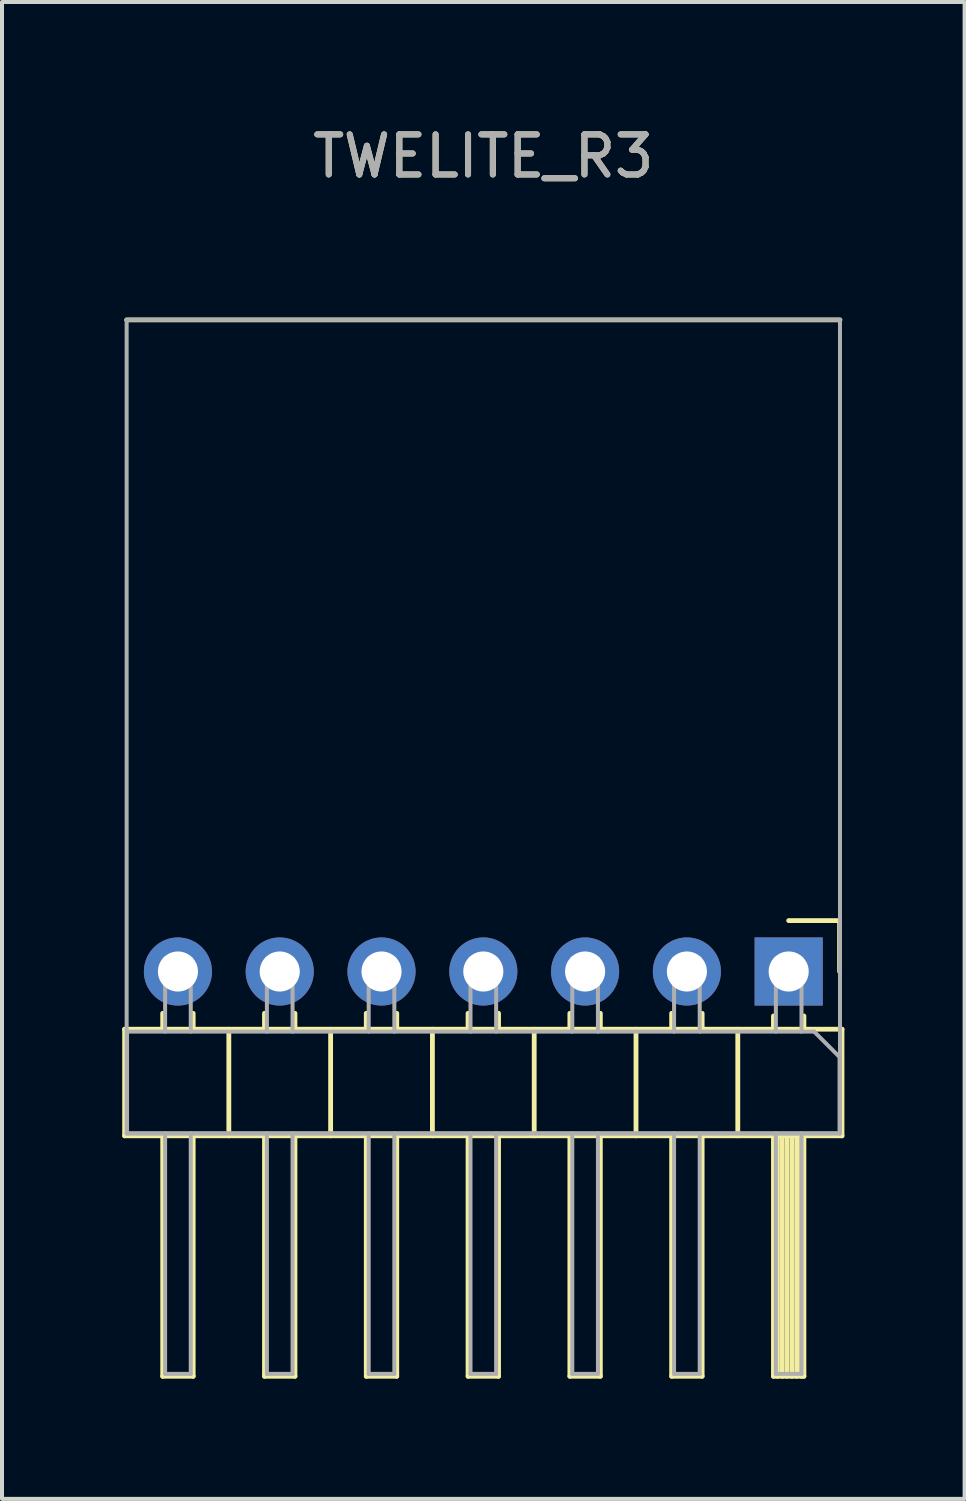
<source format=kicad_pcb>
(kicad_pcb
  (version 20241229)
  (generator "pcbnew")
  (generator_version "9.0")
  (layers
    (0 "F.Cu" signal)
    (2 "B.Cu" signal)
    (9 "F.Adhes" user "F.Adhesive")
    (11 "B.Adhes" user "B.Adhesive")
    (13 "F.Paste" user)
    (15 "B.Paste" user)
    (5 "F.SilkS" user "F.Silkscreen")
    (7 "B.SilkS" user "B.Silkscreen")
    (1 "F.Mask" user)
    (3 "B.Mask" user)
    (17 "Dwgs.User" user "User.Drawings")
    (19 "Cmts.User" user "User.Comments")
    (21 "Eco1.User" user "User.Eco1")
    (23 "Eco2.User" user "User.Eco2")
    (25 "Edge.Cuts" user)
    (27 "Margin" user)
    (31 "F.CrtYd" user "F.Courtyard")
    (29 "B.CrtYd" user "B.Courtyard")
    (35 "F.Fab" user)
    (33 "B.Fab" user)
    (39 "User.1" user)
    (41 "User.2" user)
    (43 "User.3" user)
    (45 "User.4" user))
  (footprint "TWELITE_R3"
    (layer "F.Cu")
    (at 9.01 25.232)
    (property "Reference" "TWELITE_R3" (at 0 -24.384 0) (unlocked yes) (layer "F.SilkS") (effects (font (size 1 1) (thickness 0.15))))
    (attr through_hole)
    (fp_line (start -8.95 -2.6) (end -8.95 0.06) (stroke (width 0.12) (type solid)) (layer "F.SilkS"))
    (fp_line (start -8.95 0.06) (end 8.95 0.06) (stroke (width 0.12) (type solid)) (layer "F.SilkS"))
    (fp_line (start -8.9 -20.3) (end 8.9 -20.3) (stroke (width 0.12) (type solid)) (layer "F.SilkS"))
    (fp_line (start -8 -2.997) (end -8 -2.6) (stroke (width 0.12) (type solid)) (layer "F.SilkS"))
    (fp_line (start -8 6.06) (end -8 0.06) (stroke (width 0.12) (type solid)) (layer "F.SilkS"))
    (fp_line (start -7.24 -2.997) (end -7.24 -2.6) (stroke (width 0.12) (type solid)) (layer "F.SilkS"))
    (fp_line (start -7.24 0.06) (end -7.24 6.06) (stroke (width 0.12) (type solid)) (layer "F.SilkS"))
    (fp_line (start -7.24 6.06) (end -8 6.06) (stroke (width 0.12) (type solid)) (layer "F.SilkS"))
    (fp_line (start -6.35 -2.6) (end -6.35 0.06) (stroke (width 0.12) (type solid)) (layer "F.SilkS"))
    (fp_line (start -5.46 -2.997) (end -5.46 -2.6) (stroke (width 0.12) (type solid)) (layer "F.SilkS"))
    (fp_line (start -5.46 6.06) (end -5.46 0.06) (stroke (width 0.12) (type solid)) (layer "F.SilkS"))
    (fp_line (start -4.7 -2.997) (end -4.7 -2.6) (stroke (width 0.12) (type solid)) (layer "F.SilkS"))
    (fp_line (start -4.7 0.06) (end -4.7 6.06) (stroke (width 0.12) (type solid)) (layer "F.SilkS"))
    (fp_line (start -4.7 6.06) (end -5.46 6.06) (stroke (width 0.12) (type solid)) (layer "F.SilkS"))
    (fp_line (start -3.81 -2.6) (end -3.81 0.06) (stroke (width 0.12) (type solid)) (layer "F.SilkS"))
    (fp_line (start -2.92 -2.997) (end -2.92 -2.6) (stroke (width 0.12) (type solid)) (layer "F.SilkS"))
    (fp_line (start -2.92 6.06) (end -2.92 0.06) (stroke (width 0.12) (type solid)) (layer "F.SilkS"))
    (fp_line (start -2.16 -2.997) (end -2.16 -2.6) (stroke (width 0.12) (type solid)) (layer "F.SilkS"))
    (fp_line (start -2.16 0.06) (end -2.16 6.06) (stroke (width 0.12) (type solid)) (layer "F.SilkS"))
    (fp_line (start -2.16 6.06) (end -2.92 6.06) (stroke (width 0.12) (type solid)) (layer "F.SilkS"))
    (fp_line (start -1.27 -2.6) (end -1.27 0.06) (stroke (width 0.12) (type solid)) (layer "F.SilkS"))
    (fp_line (start -0.38 -2.997) (end -0.38 -2.6) (stroke (width 0.12) (type solid)) (layer "F.SilkS"))
    (fp_line (start -0.38 6.06) (end -0.38 0.06) (stroke (width 0.12) (type solid)) (layer "F.SilkS"))
    (fp_line (start 0.38 -2.997) (end 0.38 -2.6) (stroke (width 0.12) (type solid)) (layer "F.SilkS"))
    (fp_line (start 0.38 0.06) (end 0.38 6.06) (stroke (width 0.12) (type solid)) (layer "F.SilkS"))
    (fp_line (start 0.38 6.06) (end -0.38 6.06) (stroke (width 0.12) (type solid)) (layer "F.SilkS"))
    (fp_line (start 1.27 -2.6) (end 1.27 0.06) (stroke (width 0.12) (type solid)) (layer "F.SilkS"))
    (fp_line (start 2.16 -2.997) (end 2.16 -2.6) (stroke (width 0.12) (type solid)) (layer "F.SilkS"))
    (fp_line (start 2.16 6.06) (end 2.16 0.06) (stroke (width 0.12) (type solid)) (layer "F.SilkS"))
    (fp_line (start 2.92 -2.997) (end 2.92 -2.6) (stroke (width 0.12) (type solid)) (layer "F.SilkS"))
    (fp_line (start 2.92 0.06) (end 2.92 6.06) (stroke (width 0.12) (type solid)) (layer "F.SilkS"))
    (fp_line (start 2.92 6.06) (end 2.16 6.06) (stroke (width 0.12) (type solid)) (layer "F.SilkS"))
    (fp_line (start 3.81 -2.6) (end 3.81 0.06) (stroke (width 0.12) (type solid)) (layer "F.SilkS"))
    (fp_line (start 4.7 -2.997) (end 4.7 -2.6) (stroke (width 0.12) (type solid)) (layer "F.SilkS"))
    (fp_line (start 4.7 6.06) (end 4.7 0.06) (stroke (width 0.12) (type solid)) (layer "F.SilkS"))
    (fp_line (start 5.46 -2.997) (end 5.46 -2.6) (stroke (width 0.12) (type solid)) (layer "F.SilkS"))
    (fp_line (start 5.46 0.06) (end 5.46 6.06) (stroke (width 0.12) (type solid)) (layer "F.SilkS"))
    (fp_line (start 5.46 6.06) (end 4.7 6.06) (stroke (width 0.12) (type solid)) (layer "F.SilkS"))
    (fp_line (start 6.35 -2.6) (end 6.35 0.06) (stroke (width 0.12) (type solid)) (layer "F.SilkS"))
    (fp_line (start 7.24 -2.93) (end 7.24 -2.6) (stroke (width 0.12) (type solid)) (layer "F.SilkS"))
    (fp_line (start 7.24 6.06) (end 7.24 0.06) (stroke (width 0.12) (type solid)) (layer "F.SilkS"))
    (fp_line (start 7.34 0.06) (end 7.34 6.06) (stroke (width 0.12) (type solid)) (layer "F.SilkS"))
    (fp_line (start 7.46 0.06) (end 7.46 6.06) (stroke (width 0.12) (type solid)) (layer "F.SilkS"))
    (fp_line (start 7.58 0.06) (end 7.58 6.06) (stroke (width 0.12) (type solid)) (layer "F.SilkS"))
    (fp_line (start 7.62 -5.31) (end 8.89 -5.31) (stroke (width 0.12) (type solid)) (layer "F.SilkS"))
    (fp_line (start 7.7 0.06) (end 7.7 6.06) (stroke (width 0.12) (type solid)) (layer "F.SilkS"))
    (fp_line (start 7.82 0.06) (end 7.82 6.06) (stroke (width 0.12) (type solid)) (layer "F.SilkS"))
    (fp_line (start 7.94 0.06) (end 7.94 6.06) (stroke (width 0.12) (type solid)) (layer "F.SilkS"))
    (fp_line (start 8 -2.93) (end 8 -2.6) (stroke (width 0.12) (type solid)) (layer "F.SilkS"))
    (fp_line (start 8 0.06) (end 8 6.06) (stroke (width 0.12) (type solid)) (layer "F.SilkS"))
    (fp_line (start 8 6.06) (end 7.24 6.06) (stroke (width 0.12) (type solid)) (layer "F.SilkS"))
    (fp_line (start 8.89 -5.31) (end 8.89 -4.04) (stroke (width 0.12) (type solid)) (layer "F.SilkS"))
    (fp_line (start 8.95 -2.6) (end -8.95 -2.6) (stroke (width 0.12) (type solid)) (layer "F.SilkS"))
    (fp_line (start 8.95 0.06) (end 8.95 -2.6) (stroke (width 0.12) (type solid)) (layer "F.SilkS"))
    (fp_line (start -8.9 -20.3) (end 8.9 -20.3) (stroke (width 0.1) (type solid)) (layer "F.Fab"))
    (fp_line (start -8.9 0) (end -8.9 -20.3) (stroke (width 0.1) (type solid)) (layer "F.Fab"))
    (fp_line (start -8.9 0) (end 8.9 0) (stroke (width 0.1) (type solid)) (layer "F.Fab"))
    (fp_line (start -8.89 -2.54) (end 8.255 -2.54) (stroke (width 0.1) (type solid)) (layer "F.Fab"))
    (fp_line (start -8.89 0) (end -8.89 -2.54) (stroke (width 0.1) (type solid)) (layer "F.Fab"))
    (fp_line (start -7.94 -4.36) (end -7.94 -2.54) (stroke (width 0.1) (type solid)) (layer "F.Fab"))
    (fp_line (start -7.94 0) (end -7.94 6) (stroke (width 0.1) (type solid)) (layer "F.Fab"))
    (fp_line (start -7.3 -4.36) (end -7.94 -4.36) (stroke (width 0.1) (type solid)) (layer "F.Fab"))
    (fp_line (start -7.3 -4.36) (end -7.3 -2.54) (stroke (width 0.1) (type solid)) (layer "F.Fab"))
    (fp_line (start -7.3 0) (end -7.3 6) (stroke (width 0.1) (type solid)) (layer "F.Fab"))
    (fp_line (start -7.3 6) (end -7.94 6) (stroke (width 0.1) (type solid)) (layer "F.Fab"))
    (fp_line (start -5.4 -4.36) (end -5.4 -2.54) (stroke (width 0.1) (type solid)) (layer "F.Fab"))
    (fp_line (start -5.4 0) (end -5.4 6) (stroke (width 0.1) (type solid)) (layer "F.Fab"))
    (fp_line (start -4.76 -4.36) (end -5.4 -4.36) (stroke (width 0.1) (type solid)) (layer "F.Fab"))
    (fp_line (start -4.76 -4.36) (end -4.76 -2.54) (stroke (width 0.1) (type solid)) (layer "F.Fab"))
    (fp_line (start -4.76 0) (end -4.76 6) (stroke (width 0.1) (type solid)) (layer "F.Fab"))
    (fp_line (start -4.76 6) (end -5.4 6) (stroke (width 0.1) (type solid)) (layer "F.Fab"))
    (fp_line (start -2.86 -4.36) (end -2.86 -2.54) (stroke (width 0.1) (type solid)) (layer "F.Fab"))
    (fp_line (start -2.86 0) (end -2.86 6) (stroke (width 0.1) (type solid)) (layer "F.Fab"))
    (fp_line (start -2.22 -4.36) (end -2.86 -4.36) (stroke (width 0.1) (type solid)) (layer "F.Fab"))
    (fp_line (start -2.22 -4.36) (end -2.22 -2.54) (stroke (width 0.1) (type solid)) (layer "F.Fab"))
    (fp_line (start -2.22 0) (end -2.22 6) (stroke (width 0.1) (type solid)) (layer "F.Fab"))
    (fp_line (start -2.22 6) (end -2.86 6) (stroke (width 0.1) (type solid)) (layer "F.Fab"))
    (fp_line (start -0.32 -4.36) (end -0.32 -2.54) (stroke (width 0.1) (type solid)) (layer "F.Fab"))
    (fp_line (start -0.32 0) (end -0.32 6) (stroke (width 0.1) (type solid)) (layer "F.Fab"))
    (fp_line (start 0.32 -4.36) (end -0.32 -4.36) (stroke (width 0.1) (type solid)) (layer "F.Fab"))
    (fp_line (start 0.32 -4.36) (end 0.32 -2.54) (stroke (width 0.1) (type solid)) (layer "F.Fab"))
    (fp_line (start 0.32 0) (end 0.32 6) (stroke (width 0.1) (type solid)) (layer "F.Fab"))
    (fp_line (start 0.32 6) (end -0.32 6) (stroke (width 0.1) (type solid)) (layer "F.Fab"))
    (fp_line (start 2.22 -4.36) (end 2.22 -2.54) (stroke (width 0.1) (type solid)) (layer "F.Fab"))
    (fp_line (start 2.22 0) (end 2.22 6) (stroke (width 0.1) (type solid)) (layer "F.Fab"))
    (fp_line (start 2.86 -4.36) (end 2.22 -4.36) (stroke (width 0.1) (type solid)) (layer "F.Fab"))
    (fp_line (start 2.86 -4.36) (end 2.86 -2.54) (stroke (width 0.1) (type solid)) (layer "F.Fab"))
    (fp_line (start 2.86 0) (end 2.86 6) (stroke (width 0.1) (type solid)) (layer "F.Fab"))
    (fp_line (start 2.86 6) (end 2.22 6) (stroke (width 0.1) (type solid)) (layer "F.Fab"))
    (fp_line (start 4.76 -4.36) (end 4.76 -2.54) (stroke (width 0.1) (type solid)) (layer "F.Fab"))
    (fp_line (start 4.76 0) (end 4.76 6) (stroke (width 0.1) (type solid)) (layer "F.Fab"))
    (fp_line (start 5.4 -4.36) (end 4.76 -4.36) (stroke (width 0.1) (type solid)) (layer "F.Fab"))
    (fp_line (start 5.4 -4.36) (end 5.4 -2.54) (stroke (width 0.1) (type solid)) (layer "F.Fab"))
    (fp_line (start 5.4 0) (end 5.4 6) (stroke (width 0.1) (type solid)) (layer "F.Fab"))
    (fp_line (start 5.4 6) (end 4.76 6) (stroke (width 0.1) (type solid)) (layer "F.Fab"))
    (fp_line (start 7.3 -4.36) (end 7.3 -2.54) (stroke (width 0.1) (type solid)) (layer "F.Fab"))
    (fp_line (start 7.3 0) (end 7.3 6) (stroke (width 0.1) (type solid)) (layer "F.Fab"))
    (fp_line (start 7.94 -4.36) (end 7.3 -4.36) (stroke (width 0.1) (type solid)) (layer "F.Fab"))
    (fp_line (start 7.94 -4.36) (end 7.94 -2.54) (stroke (width 0.1) (type solid)) (layer "F.Fab"))
    (fp_line (start 7.94 0) (end 7.94 6) (stroke (width 0.1) (type solid)) (layer "F.Fab"))
    (fp_line (start 7.94 6) (end 7.3 6) (stroke (width 0.1) (type solid)) (layer "F.Fab"))
    (fp_line (start 8.255 -2.54) (end 8.89 -1.905) (stroke (width 0.1) (type solid)) (layer "F.Fab"))
    (fp_line (start 8.89 -1.905) (end 8.89 0) (stroke (width 0.1) (type solid)) (layer "F.Fab"))
    (fp_line (start 8.89 0) (end -8.89 0) (stroke (width 0.1) (type solid)) (layer "F.Fab"))
    (fp_line (start 8.9 0) (end 8.9 -20.3) (stroke (width 0.1) (type solid)) (layer "F.Fab"))
    (fp_text user "${REFERENCE}" (at 0 -24.384 0) (unlocked yes) (layer "F.Fab") (effects (font (size 1 1) (thickness 0.15))))
    (pad "1" thru_hole rect (at 7.62 -4.04 270) (size 1.7 1.7) (drill 1) (layers "*.Cu" "*.Mask"))
    (pad "2" thru_hole oval (at 5.08 -4.04 270) (size 1.7 1.7) (drill 1) (layers "*.Cu" "*.Mask"))
    (pad "3" thru_hole oval (at 2.54 -4.04 270) (size 1.7 1.7) (drill 1) (layers "*.Cu" "*.Mask"))
    (pad "4" thru_hole oval (at 0 -4.04 270) (size 1.7 1.7) (drill 1) (layers "*.Cu" "*.Mask"))
    (pad "5" thru_hole oval (at -2.54 -4.04 270) (size 1.7 1.7) (drill 1) (layers "*.Cu" "*.Mask"))
    (pad "6" thru_hole oval (at -5.08 -4.04 270) (size 1.7 1.7) (drill 1) (layers "*.Cu" "*.Mask"))
    (pad "7" thru_hole oval (at -7.62 -4.04 270) (size 1.7 1.7) (drill 1) (layers "*.Cu" "*.Mask")))
  (gr_rect
    (start -3 -3)
    (end 21.02 34.352)
    (stroke (width 0.1) (type default))
    (fill no)
    (layer "Edge.Cuts")))
</source>
